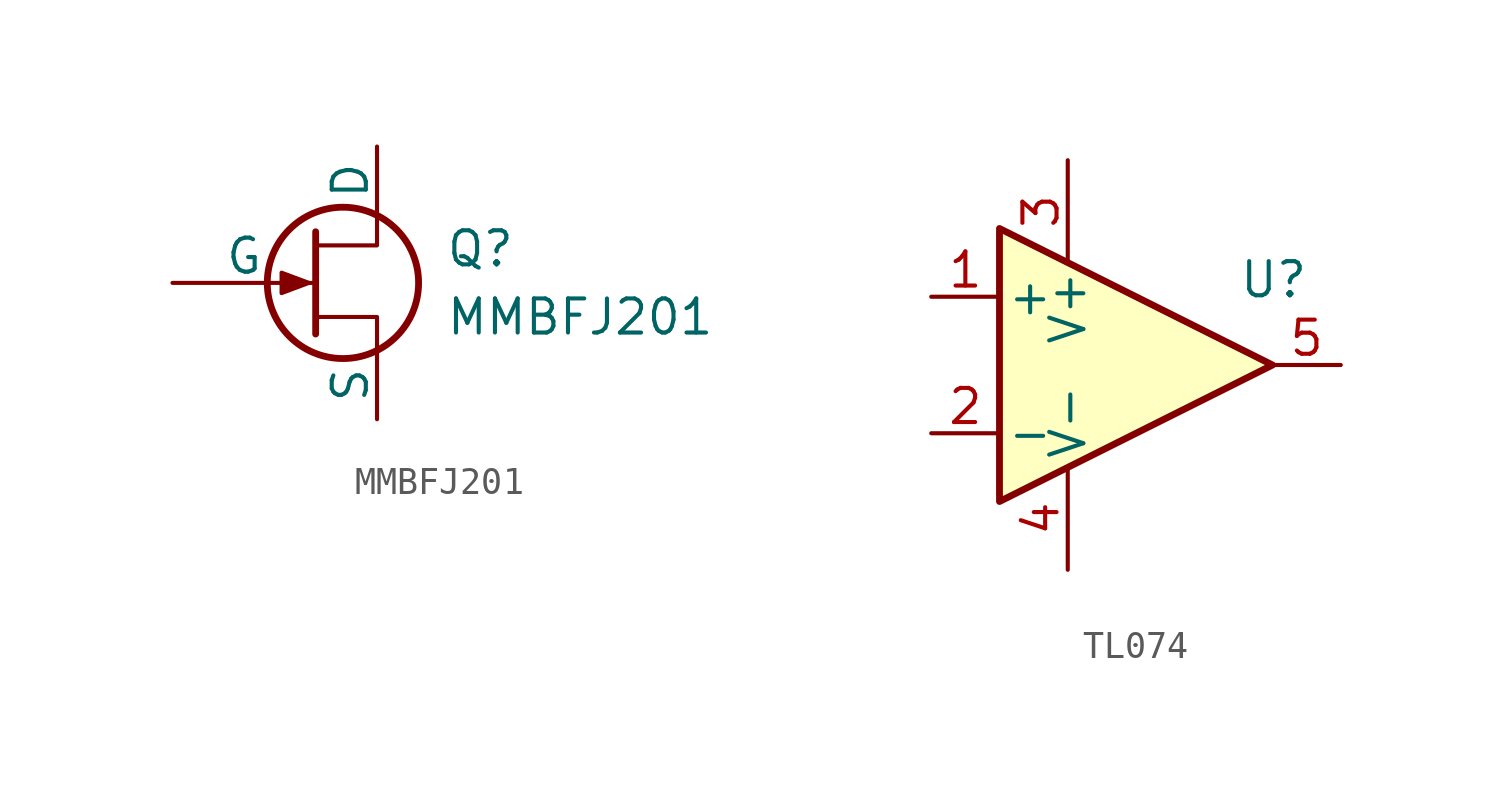
<source format=kicad_sym>
(kicad_symbol_lib
  (version 20241209)
  (generator "kicad_symbol_editor")
  (generator_version "9.0")
  (symbol "MMBFJ201"
    (pin_numbers
      (hide yes))
    (pin_names
      (offset 0))
    (property "Reference" "Q"
      (at 5.08 1.27 0)
      (effects (font (size 1.27 1.27)) (justify left)))
    (property "Value" "MMBFJ201"
      (at 5.08 -1.27 0)
      (effects (font (size 1.27 1.27)) (justify left)))
    (symbol "MMBFJ201_0_1"
      (polyline (pts (xy 0 0) (xy -1.016 0.381) (xy -1.016 -0.381) (xy 0 0)) (stroke (width 0) (type default)) (fill (type outline)))
      (polyline (pts (xy 0.254 1.905) (xy 0.254 -1.905) (xy 0.254 -1.905)) (stroke (width 0.254) (type default)) (fill (type none)))
      (circle (center 1.27 0) (radius 2.819) (stroke (width 0.254) (type default)) (fill (type none)))
      (polyline (pts (xy 2.54 2.54) (xy 2.54 1.397) (xy 0.254 1.397)) (stroke (width 0) (type default)) (fill (type none)))
      (polyline (pts (xy 2.54 -2.54) (xy 2.54 -1.27) (xy 0.254 -1.27)) (stroke (width 0) (type default)) (fill (type none))))
    (symbol "MMBFJ201_1_1"
      (pin input line (at -5.08 0 0) (length 5.334) (name "G" (effects (font (size 1.27 1.27)))) (number "2" (effects (font (size 1.27 1.27)))))
      (pin passive line (at 2.54 5.08 270) (length 2.54) (name "D" (effects (font (size 1.27 1.27)))) (number "1" (effects (font (size 1.27 1.27)))))
      (pin passive line (at 2.54 -5.08 90) (length 2.54) (name "S" (effects (font (size 1.27 1.27)))) (number "3" (effects (font (size 1.27 1.27)))))))
  (symbol "TL074"
    (pin_names
      (offset 0.254))
    (property "Reference" "U"
      (at 3.81 3.175 0)
      (effects (font (size 1.27 1.27)) (justify left)))
    (property "Value" "${SIM.PARAMS}"
      (at 3.81 -3.175 0)
      (effects (font (size 1.27 1.27)) (justify left)))
    (symbol "TL074_0_1"
      (polyline (pts (xy 5.08 0) (xy -5.08 5.08) (xy -5.08 -5.08) (xy 5.08 0)) (stroke (width 0.254) (type default)) (fill (type background))))
    (symbol "TL074_1_1"
      (pin input line (at -7.62 2.54 0) (length 2.54) (name "+" (effects (font (size 1.27 1.27)))) (number "1" (effects (font (size 1.27 1.27)))))
      (pin input line (at -7.62 -2.54 0) (length 2.54) (name "-" (effects (font (size 1.27 1.27)))) (number "2" (effects (font (size 1.27 1.27)))))
      (pin power_in line (at -2.54 7.62 270) (length 3.81) (name "V+" (effects (font (size 1.27 1.27)))) (number "3" (effects (font (size 1.27 1.27)))))
      (pin power_in line (at -2.54 -7.62 90) (length 3.81) (name "V-" (effects (font (size 1.27 1.27)))) (number "4" (effects (font (size 1.27 1.27)))))
      (pin output line (at 7.62 0 180) (length 2.54) (name "~" (effects (font (size 1.27 1.27)))) (number "5" (effects (font (size 1.27 1.27))))))))
</source>
